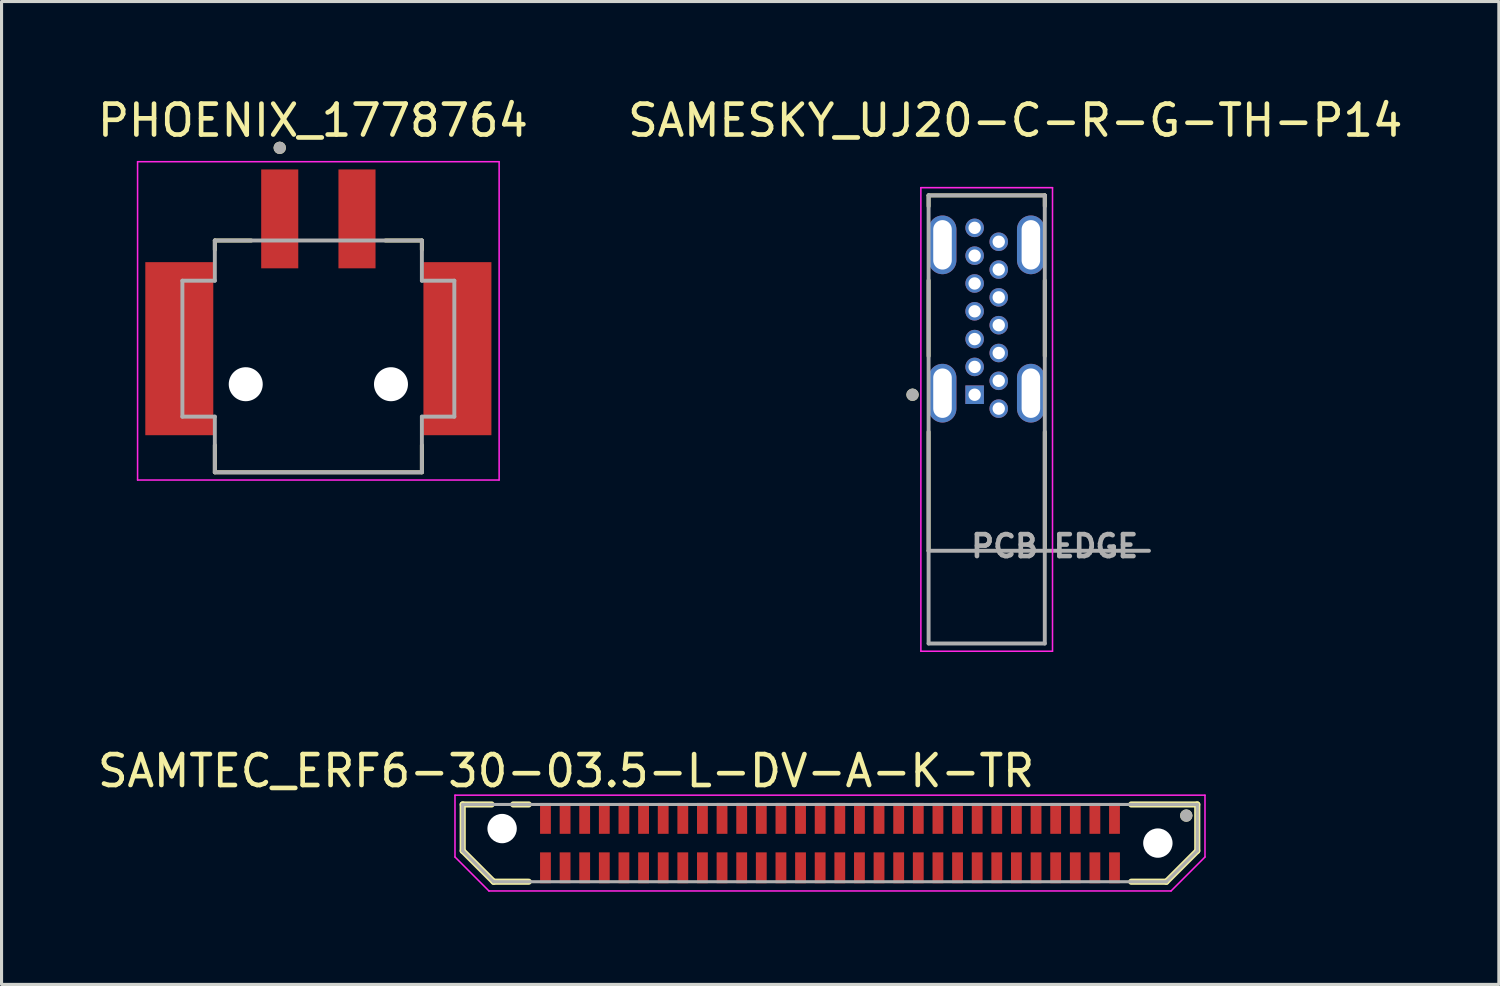
<source format=kicad_pcb>
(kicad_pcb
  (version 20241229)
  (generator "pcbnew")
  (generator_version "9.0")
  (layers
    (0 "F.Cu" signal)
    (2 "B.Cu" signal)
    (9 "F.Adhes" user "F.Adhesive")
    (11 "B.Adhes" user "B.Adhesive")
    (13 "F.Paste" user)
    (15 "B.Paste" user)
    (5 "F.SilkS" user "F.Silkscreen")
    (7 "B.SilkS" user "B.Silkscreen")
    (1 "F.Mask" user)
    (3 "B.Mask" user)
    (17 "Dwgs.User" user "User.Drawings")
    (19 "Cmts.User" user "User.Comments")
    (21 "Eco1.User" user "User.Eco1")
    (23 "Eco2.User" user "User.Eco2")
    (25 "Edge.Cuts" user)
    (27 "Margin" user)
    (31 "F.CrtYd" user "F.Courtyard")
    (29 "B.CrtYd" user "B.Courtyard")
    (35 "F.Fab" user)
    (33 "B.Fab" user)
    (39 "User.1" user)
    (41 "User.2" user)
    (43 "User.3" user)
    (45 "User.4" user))
  (footprint "SAMESKY_UJ20-C-R-G-TH-P14"
    (layer "F.Cu")
    (at 28.879 10.523)
    (property "Reference" "SAMESKY_UJ20-C-R-G-TH-P14" (at 0.925 -9.675 0) (layer "F.SilkS") (effects (font (size 1 1) (thickness 0.15))))
    (attr through_hole)
    (fp_line (start -1.88 -7.25) (end 1.88 -7.25) (stroke (width 0.127) (type solid)) (layer "F.SilkS"))
    (fp_line (start -1.88 -6.9) (end -1.88 -7.25) (stroke (width 0.127) (type solid)) (layer "F.SilkS"))
    (fp_line (start -1.88 -4.5) (end -1.88 -2.05) (stroke (width 0.127) (type solid)) (layer "F.SilkS"))
    (fp_line (start -1.88 0.4) (end -1.88 4.25) (stroke (width 0.127) (type solid)) (layer "F.SilkS"))
    (fp_line (start 1.88 -7.25) (end 1.88 -6.9) (stroke (width 0.127) (type solid)) (layer "F.SilkS"))
    (fp_line (start 1.88 -4.5) (end 1.88 -2.05) (stroke (width 0.127) (type solid)) (layer "F.SilkS"))
    (fp_line (start 1.88 0.4) (end 1.88 4.25) (stroke (width 0.127) (type solid)) (layer "F.SilkS"))
    (fp_circle (center -2.4 -0.8) (end -2.3 -0.8) (stroke (width 0.2) (type solid)) (fill no) (layer "F.SilkS"))
    (fp_line (start -2.13 -7.5) (end -2.13 7.5) (stroke (width 0.05) (type solid)) (layer "F.CrtYd"))
    (fp_line (start -2.13 7.5) (end 2.13 7.5) (stroke (width 0.05) (type solid)) (layer "F.CrtYd"))
    (fp_line (start 2.13 -7.5) (end -2.13 -7.5) (stroke (width 0.05) (type solid)) (layer "F.CrtYd"))
    (fp_line (start 2.13 7.5) (end 2.13 -7.5) (stroke (width 0.05) (type solid)) (layer "F.CrtYd"))
    (fp_line (start -1.88 -7.25) (end -1.88 4.25) (stroke (width 0.127) (type solid)) (layer "F.Fab"))
    (fp_line (start -1.88 4.25) (end -1.88 7.25) (stroke (width 0.127) (type solid)) (layer "F.Fab"))
    (fp_line (start -1.88 4.25) (end 1.88 4.25) (stroke (width 0.127) (type solid)) (layer "F.Fab"))
    (fp_line (start -1.88 7.25) (end 1.88 7.25) (stroke (width 0.127) (type solid)) (layer "F.Fab"))
    (fp_line (start 1.88 -7.25) (end -1.88 -7.25) (stroke (width 0.127) (type solid)) (layer "F.Fab"))
    (fp_line (start 1.88 4.25) (end 1.88 -7.25) (stroke (width 0.127) (type solid)) (layer "F.Fab"))
    (fp_line (start 1.88 4.25) (end 5.25 4.25) (stroke (width 0.127) (type solid)) (layer "F.Fab"))
    (fp_line (start 1.88 7.25) (end 1.88 4.25) (stroke (width 0.127) (type solid)) (layer "F.Fab"))
    (fp_circle (center -2.4 -0.8) (end -2.3 -0.8) (stroke (width 0.2) (type solid)) (fill no) (layer "F.Fab"))
    (fp_text user "PCB EDGE" (at 2.2 4.1 0) (layer "F.Fab") (effects (font (size 0.709 0.709) (thickness 0.15))))
    (pad "A1" thru_hole rect (at -0.39 -0.8) (size 0.6 0.6) (drill 0.4) (layers "*.Cu" "*.Mask"))
    (pad "A4" thru_hole circle (at -0.39 -1.7) (size 0.6 0.6) (drill 0.4) (layers "*.Cu" "*.Mask"))
    (pad "A5" thru_hole circle (at -0.39 -2.6) (size 0.6 0.6) (drill 0.4) (layers "*.Cu" "*.Mask"))
    (pad "A6" thru_hole circle (at -0.39 -3.5) (size 0.6 0.6) (drill 0.4) (layers "*.Cu" "*.Mask"))
    (pad "A7" thru_hole circle (at -0.39 -4.4) (size 0.6 0.6) (drill 0.4) (layers "*.Cu" "*.Mask"))
    (pad "A9" thru_hole circle (at -0.39 -5.3) (size 0.6 0.6) (drill 0.4) (layers "*.Cu" "*.Mask"))
    (pad "A12" thru_hole circle (at -0.39 -6.2) (size 0.6 0.6) (drill 0.4) (layers "*.Cu" "*.Mask"))
    (pad "B1" thru_hole circle (at 0.39 -5.75) (size 0.6 0.6) (drill 0.4) (layers "*.Cu" "*.Mask"))
    (pad "B4" thru_hole circle (at 0.39 -4.85) (size 0.6 0.6) (drill 0.4) (layers "*.Cu" "*.Mask"))
    (pad "B5" thru_hole circle (at 0.39 -3.95) (size 0.6 0.6) (drill 0.4) (layers "*.Cu" "*.Mask"))
    (pad "B6" thru_hole circle (at 0.39 -3.05) (size 0.6 0.6) (drill 0.4) (layers "*.Cu" "*.Mask"))
    (pad "B7" thru_hole circle (at 0.39 -2.15) (size 0.6 0.6) (drill 0.4) (layers "*.Cu" "*.Mask"))
    (pad "B9" thru_hole circle (at 0.39 -1.25) (size 0.6 0.6) (drill 0.4) (layers "*.Cu" "*.Mask"))
    (pad "B12" thru_hole circle (at 0.39 -0.35) (size 0.6 0.6) (drill 0.4) (layers "*.Cu" "*.Mask"))
    (pad "SH1" thru_hole oval (at -1.43 -5.65) (size 0.9 1.9) (drill oval 0.6 1.6) (layers "*.Cu" "*.Mask"))
    (pad "SH2" thru_hole oval (at -1.43 -0.85) (size 0.9 1.9) (drill oval 0.6 1.6) (layers "*.Cu" "*.Mask"))
    (pad "SH3" thru_hole oval (at 1.43 -5.65) (size 0.9 1.9) (drill oval 0.6 1.6) (layers "*.Cu" "*.Mask"))
    (pad "SH4" thru_hole oval (at 1.43 -0.85) (size 0.9 1.9) (drill oval 0.6 1.6) (layers "*.Cu" "*.Mask")))
  (footprint "PHOENIX_1778764"
    (layer "F.Cu")
    (at 3.902 12.233)
    (property "Reference" "PHOENIX_1778764" (at 3.175 -11.385 0) (layer "F.SilkS") (effects (font (size 1 1) (thickness 0.15))))
    (attr smd)
    (fp_line (start 0 -7.5) (end 1.18 -7.5) (stroke (width 0.127) (type solid)) (layer "F.SilkS"))
    (fp_line (start 0 -7.2) (end 0 -7.5) (stroke (width 0.127) (type solid)) (layer "F.SilkS"))
    (fp_line (start 0 0) (end 0 -0.88) (stroke (width 0.127) (type solid)) (layer "F.SilkS"))
    (fp_line (start 5.52 -7.5) (end 6.7 -7.5) (stroke (width 0.127) (type solid)) (layer "F.SilkS"))
    (fp_line (start 6.7 -7.5) (end 6.7 -7.2) (stroke (width 0.127) (type solid)) (layer "F.SilkS"))
    (fp_line (start 6.7 -0.88) (end 6.7 0) (stroke (width 0.127) (type solid)) (layer "F.SilkS"))
    (fp_line (start 6.7 0) (end 0 0) (stroke (width 0.127) (type solid)) (layer "F.SilkS"))
    (fp_circle (center 2.1 -10.5) (end 2.2 -10.5) (stroke (width 0.2) (type solid)) (fill no) (layer "F.SilkS"))
    (fp_line (start -2.5 -10.05) (end 9.2 -10.05) (stroke (width 0.05) (type solid)) (layer "F.CrtYd"))
    (fp_line (start -2.5 0.25) (end -2.5 -10.05) (stroke (width 0.05) (type solid)) (layer "F.CrtYd"))
    (fp_line (start 9.2 -10.05) (end 9.2 0.25) (stroke (width 0.05) (type solid)) (layer "F.CrtYd"))
    (fp_line (start 9.2 0.25) (end -2.5 0.25) (stroke (width 0.05) (type solid)) (layer "F.CrtYd"))
    (fp_line (start -1.05 -6.2) (end -1.05 -1.8) (stroke (width 0.127) (type solid)) (layer "F.Fab"))
    (fp_line (start 0 -7.5) (end 6.7 -7.5) (stroke (width 0.127) (type solid)) (layer "F.Fab"))
    (fp_line (start 0 -6.2) (end -1.05 -6.2) (stroke (width 0.127) (type solid)) (layer "F.Fab"))
    (fp_line (start 0 -6.2) (end 0 -7.5) (stroke (width 0.127) (type solid)) (layer "F.Fab"))
    (fp_line (start 0 -1.8) (end -1.05 -1.8) (stroke (width 0.127) (type solid)) (layer "F.Fab"))
    (fp_line (start 0 0) (end 0 -1.8) (stroke (width 0.127) (type solid)) (layer "F.Fab"))
    (fp_line (start 6.7 -7.5) (end 6.7 -6.2) (stroke (width 0.127) (type solid)) (layer "F.Fab"))
    (fp_line (start 6.7 -6.2) (end 7.75 -6.2) (stroke (width 0.127) (type solid)) (layer "F.Fab"))
    (fp_line (start 6.7 -1.8) (end 6.7 0) (stroke (width 0.127) (type solid)) (layer "F.Fab"))
    (fp_line (start 6.7 -1.8) (end 7.75 -1.8) (stroke (width 0.127) (type solid)) (layer "F.Fab"))
    (fp_line (start 6.7 0) (end 0 0) (stroke (width 0.127) (type solid)) (layer "F.Fab"))
    (fp_line (start 7.75 -6.2) (end 7.75 -1.8) (stroke (width 0.127) (type solid)) (layer "F.Fab"))
    (fp_circle (center 2.1 -10.5) (end 2.2 -10.5) (stroke (width 0.2) (type solid)) (fill no) (layer "F.Fab"))
    (pad "" np_thru_hole circle (at 1 -2.85) (size 1.1 1.1) (drill 1.1) (layers "*.Cu" "*.Mask"))
    (pad "" np_thru_hole circle (at 5.7 -2.85) (size 1.1 1.1) (drill 1.1) (layers "*.Cu" "*.Mask"))
    (pad "1" smd rect (at 2.1 -8.2) (size 1.2 3.2) (layers "F.Cu" "F.Mask" "F.Paste"))
    (pad "2" smd rect (at 4.6 -8.2) (size 1.2 3.2) (layers "F.Cu" "F.Mask" "F.Paste"))
    (pad "SH1" smd rect (at -1.15 -4) (size 2.2 5.6) (layers "F.Cu" "F.Mask" "F.Paste"))
    (pad "SH2" smd rect (at 7.85 -4) (size 2.2 5.6) (layers "F.Cu" "F.Mask" "F.Paste")))
  (footprint "SAMTEC_ERF6-30-03.5-L-DV-A-K-TR"
    (layer "F.Cu")
    (at 23.808 24.232)
    (property "Reference" "SAMTEC_ERF6-30-03.5-L-DV-A-K-TR" (at -8.54 -2.335 0) (layer "F.SilkS") (effects (font (size 1 1) (thickness 0.15))))
    (attr smd)
    (fp_line (start -11.885 -1.25) (end -11.885 0.25) (stroke (width 0.2) (type solid)) (layer "F.SilkS"))
    (fp_line (start -11.885 -1.25) (end -10.95 -1.25) (stroke (width 0.2) (type solid)) (layer "F.SilkS"))
    (fp_line (start -11.885 0.25) (end -10.885 1.25) (stroke (width 0.2) (type solid)) (layer "F.SilkS"))
    (fp_line (start -10.885 1.25) (end -9.75 1.25) (stroke (width 0.2) (type solid)) (layer "F.SilkS"))
    (fp_line (start -10.25 -1.25) (end -9.75 -1.25) (stroke (width 0.2) (type solid)) (layer "F.SilkS"))
    (fp_line (start 10.885 1.25) (end 9.75 1.25) (stroke (width 0.2) (type solid)) (layer "F.SilkS"))
    (fp_line (start 11.885 -1.25) (end 9.75 -1.25) (stroke (width 0.2) (type solid)) (layer "F.SilkS"))
    (fp_line (start 11.885 -1.25) (end 11.885 0.25) (stroke (width 0.2) (type solid)) (layer "F.SilkS"))
    (fp_line (start 11.885 0.25) (end 10.885 1.25) (stroke (width 0.2) (type solid)) (layer "F.SilkS"))
    (fp_circle (center 11.53 -0.89) (end 11.63 -0.89) (stroke (width 0.2) (type solid)) (fill no) (layer "F.SilkS"))
    (fp_line (start -12.135 -1.55) (end -12.135 0.45) (stroke (width 0.05) (type solid)) (layer "F.CrtYd"))
    (fp_line (start -12.135 0.45) (end -11.035 1.55) (stroke (width 0.05) (type solid)) (layer "F.CrtYd"))
    (fp_line (start -11.035 1.55) (end 11.035 1.55) (stroke (width 0.05) (type solid)) (layer "F.CrtYd"))
    (fp_line (start 11.035 1.55) (end 12.135 0.45) (stroke (width 0.05) (type solid)) (layer "F.CrtYd"))
    (fp_line (start 12.135 -1.55) (end -12.135 -1.55) (stroke (width 0.05) (type solid)) (layer "F.CrtYd"))
    (fp_line (start 12.135 0.45) (end 12.135 -1.55) (stroke (width 0.05) (type solid)) (layer "F.CrtYd"))
    (fp_line (start -11.885 -1.25) (end 11.885 -1.25) (stroke (width 0.1) (type solid)) (layer "F.Fab"))
    (fp_line (start -11.885 0.25) (end -11.885 -1.25) (stroke (width 0.1) (type solid)) (layer "F.Fab"))
    (fp_line (start -10.885 1.25) (end -11.885 0.25) (stroke (width 0.1) (type solid)) (layer "F.Fab"))
    (fp_line (start 10.885 1.25) (end -10.885 1.25) (stroke (width 0.1) (type solid)) (layer "F.Fab"))
    (fp_line (start 11.885 -1.25) (end 11.885 0.25) (stroke (width 0.1) (type solid)) (layer "F.Fab"))
    (fp_line (start 11.885 0.25) (end 10.885 1.25) (stroke (width 0.1) (type solid)) (layer "F.Fab"))
    (fp_circle (center 11.53 -0.89) (end 11.63 -0.89) (stroke (width 0.2) (type solid)) (fill no) (layer "F.Fab"))
    (pad "" np_thru_hole circle (at -10.61 -0.47) (size 0.95 0.95) (drill 0.95) (layers "*.Cu" "*.Mask"))
    (pad "" np_thru_hole circle (at 10.61 0) (size 0.95 0.95) (drill 0.95) (layers "*.Cu" "*.Mask"))
    (pad "01" smd rect (at 9.207 0.8) (size 0.35 1) (layers "F.Cu" "F.Mask" "F.Paste"))
    (pad "02" smd rect (at 9.207 -0.8) (size 0.35 1) (layers "F.Cu" "F.Mask" "F.Paste"))
    (pad "03" smd rect (at 8.572 0.8) (size 0.35 1) (layers "F.Cu" "F.Mask" "F.Paste"))
    (pad "04" smd rect (at 8.572 -0.8) (size 0.35 1) (layers "F.Cu" "F.Mask" "F.Paste"))
    (pad "05" smd rect (at 7.938 0.8) (size 0.35 1) (layers "F.Cu" "F.Mask" "F.Paste"))
    (pad "06" smd rect (at 7.938 -0.8) (size 0.35 1) (layers "F.Cu" "F.Mask" "F.Paste"))
    (pad "07" smd rect (at 7.303 0.8) (size 0.35 1) (layers "F.Cu" "F.Mask" "F.Paste"))
    (pad "08" smd rect (at 7.303 -0.8) (size 0.35 1) (layers "F.Cu" "F.Mask" "F.Paste"))
    (pad "09" smd rect (at 6.668 0.8) (size 0.35 1) (layers "F.Cu" "F.Mask" "F.Paste"))
    (pad "10" smd rect (at 6.668 -0.8) (size 0.35 1) (layers "F.Cu" "F.Mask" "F.Paste"))
    (pad "11" smd rect (at 6.032 0.8) (size 0.35 1) (layers "F.Cu" "F.Mask" "F.Paste"))
    (pad "12" smd rect (at 6.032 -0.8) (size 0.35 1) (layers "F.Cu" "F.Mask" "F.Paste"))
    (pad "13" smd rect (at 5.397 0.8) (size 0.35 1) (layers "F.Cu" "F.Mask" "F.Paste"))
    (pad "14" smd rect (at 5.397 -0.8) (size 0.35 1) (layers "F.Cu" "F.Mask" "F.Paste"))
    (pad "15" smd rect (at 4.763 0.8) (size 0.35 1) (layers "F.Cu" "F.Mask" "F.Paste"))
    (pad "16" smd rect (at 4.763 -0.8) (size 0.35 1) (layers "F.Cu" "F.Mask" "F.Paste"))
    (pad "17" smd rect (at 4.128 0.8) (size 0.35 1) (layers "F.Cu" "F.Mask" "F.Paste"))
    (pad "18" smd rect (at 4.128 -0.8) (size 0.35 1) (layers "F.Cu" "F.Mask" "F.Paste"))
    (pad "19" smd rect (at 3.493 0.8) (size 0.35 1) (layers "F.Cu" "F.Mask" "F.Paste"))
    (pad "20" smd rect (at 3.493 -0.8) (size 0.35 1) (layers "F.Cu" "F.Mask" "F.Paste"))
    (pad "21" smd rect (at 2.857 0.8) (size 0.35 1) (layers "F.Cu" "F.Mask" "F.Paste"))
    (pad "22" smd rect (at 2.857 -0.8) (size 0.35 1) (layers "F.Cu" "F.Mask" "F.Paste"))
    (pad "23" smd rect (at 2.223 0.8) (size 0.35 1) (layers "F.Cu" "F.Mask" "F.Paste"))
    (pad "24" smd rect (at 2.223 -0.8) (size 0.35 1) (layers "F.Cu" "F.Mask" "F.Paste"))
    (pad "25" smd rect (at 1.587 0.8) (size 0.35 1) (layers "F.Cu" "F.Mask" "F.Paste"))
    (pad "26" smd rect (at 1.587 -0.8) (size 0.35 1) (layers "F.Cu" "F.Mask" "F.Paste"))
    (pad "27" smd rect (at 0.953 0.8) (size 0.35 1) (layers "F.Cu" "F.Mask" "F.Paste"))
    (pad "28" smd rect (at 0.953 -0.8) (size 0.35 1) (layers "F.Cu" "F.Mask" "F.Paste"))
    (pad "29" smd rect (at 0.318 0.8) (size 0.35 1) (layers "F.Cu" "F.Mask" "F.Paste"))
    (pad "30" smd rect (at 0.318 -0.8) (size 0.35 1) (layers "F.Cu" "F.Mask" "F.Paste"))
    (pad "31" smd rect (at -0.318 0.8) (size 0.35 1) (layers "F.Cu" "F.Mask" "F.Paste"))
    (pad "32" smd rect (at -0.318 -0.8) (size 0.35 1) (layers "F.Cu" "F.Mask" "F.Paste"))
    (pad "33" smd rect (at -0.953 0.8) (size 0.35 1) (layers "F.Cu" "F.Mask" "F.Paste"))
    (pad "34" smd rect (at -0.953 -0.8) (size 0.35 1) (layers "F.Cu" "F.Mask" "F.Paste"))
    (pad "35" smd rect (at -1.587 0.8) (size 0.35 1) (layers "F.Cu" "F.Mask" "F.Paste"))
    (pad "36" smd rect (at -1.587 -0.8) (size 0.35 1) (layers "F.Cu" "F.Mask" "F.Paste"))
    (pad "37" smd rect (at -2.223 0.8) (size 0.35 1) (layers "F.Cu" "F.Mask" "F.Paste"))
    (pad "38" smd rect (at -2.223 -0.8) (size 0.35 1) (layers "F.Cu" "F.Mask" "F.Paste"))
    (pad "39" smd rect (at -2.857 0.8) (size 0.35 1) (layers "F.Cu" "F.Mask" "F.Paste"))
    (pad "40" smd rect (at -2.857 -0.8) (size 0.35 1) (layers "F.Cu" "F.Mask" "F.Paste"))
    (pad "41" smd rect (at -3.493 0.8) (size 0.35 1) (layers "F.Cu" "F.Mask" "F.Paste"))
    (pad "42" smd rect (at -3.493 -0.8) (size 0.35 1) (layers "F.Cu" "F.Mask" "F.Paste"))
    (pad "43" smd rect (at -4.128 0.8) (size 0.35 1) (layers "F.Cu" "F.Mask" "F.Paste"))
    (pad "44" smd rect (at -4.128 -0.8) (size 0.35 1) (layers "F.Cu" "F.Mask" "F.Paste"))
    (pad "45" smd rect (at -4.763 0.8) (size 0.35 1) (layers "F.Cu" "F.Mask" "F.Paste"))
    (pad "46" smd rect (at -4.763 -0.8) (size 0.35 1) (layers "F.Cu" "F.Mask" "F.Paste"))
    (pad "47" smd rect (at -5.397 0.8) (size 0.35 1) (layers "F.Cu" "F.Mask" "F.Paste"))
    (pad "48" smd rect (at -5.397 -0.8) (size 0.35 1) (layers "F.Cu" "F.Mask" "F.Paste"))
    (pad "49" smd rect (at -6.032 0.8) (size 0.35 1) (layers "F.Cu" "F.Mask" "F.Paste"))
    (pad "50" smd rect (at -6.032 -0.8) (size 0.35 1) (layers "F.Cu" "F.Mask" "F.Paste"))
    (pad "51" smd rect (at -6.668 0.8) (size 0.35 1) (layers "F.Cu" "F.Mask" "F.Paste"))
    (pad "52" smd rect (at -6.668 -0.8) (size 0.35 1) (layers "F.Cu" "F.Mask" "F.Paste"))
    (pad "53" smd rect (at -7.303 0.8) (size 0.35 1) (layers "F.Cu" "F.Mask" "F.Paste"))
    (pad "54" smd rect (at -7.303 -0.8) (size 0.35 1) (layers "F.Cu" "F.Mask" "F.Paste"))
    (pad "55" smd rect (at -7.938 0.8) (size 0.35 1) (layers "F.Cu" "F.Mask" "F.Paste"))
    (pad "56" smd rect (at -7.938 -0.8) (size 0.35 1) (layers "F.Cu" "F.Mask" "F.Paste"))
    (pad "57" smd rect (at -8.572 0.8) (size 0.35 1) (layers "F.Cu" "F.Mask" "F.Paste"))
    (pad "58" smd rect (at -8.572 -0.8) (size 0.35 1) (layers "F.Cu" "F.Mask" "F.Paste"))
    (pad "59" smd rect (at -9.207 0.8) (size 0.35 1) (layers "F.Cu" "F.Mask" "F.Paste"))
    (pad "60" smd rect (at -9.207 -0.8) (size 0.35 1) (layers "F.Cu" "F.Mask" "F.Paste")))
  (gr_rect
    (start -3 -3)
    (end 45.452 28.806)
    (stroke (width 0.1) (type default))
    (fill no)
    (layer "Edge.Cuts")))
</source>
